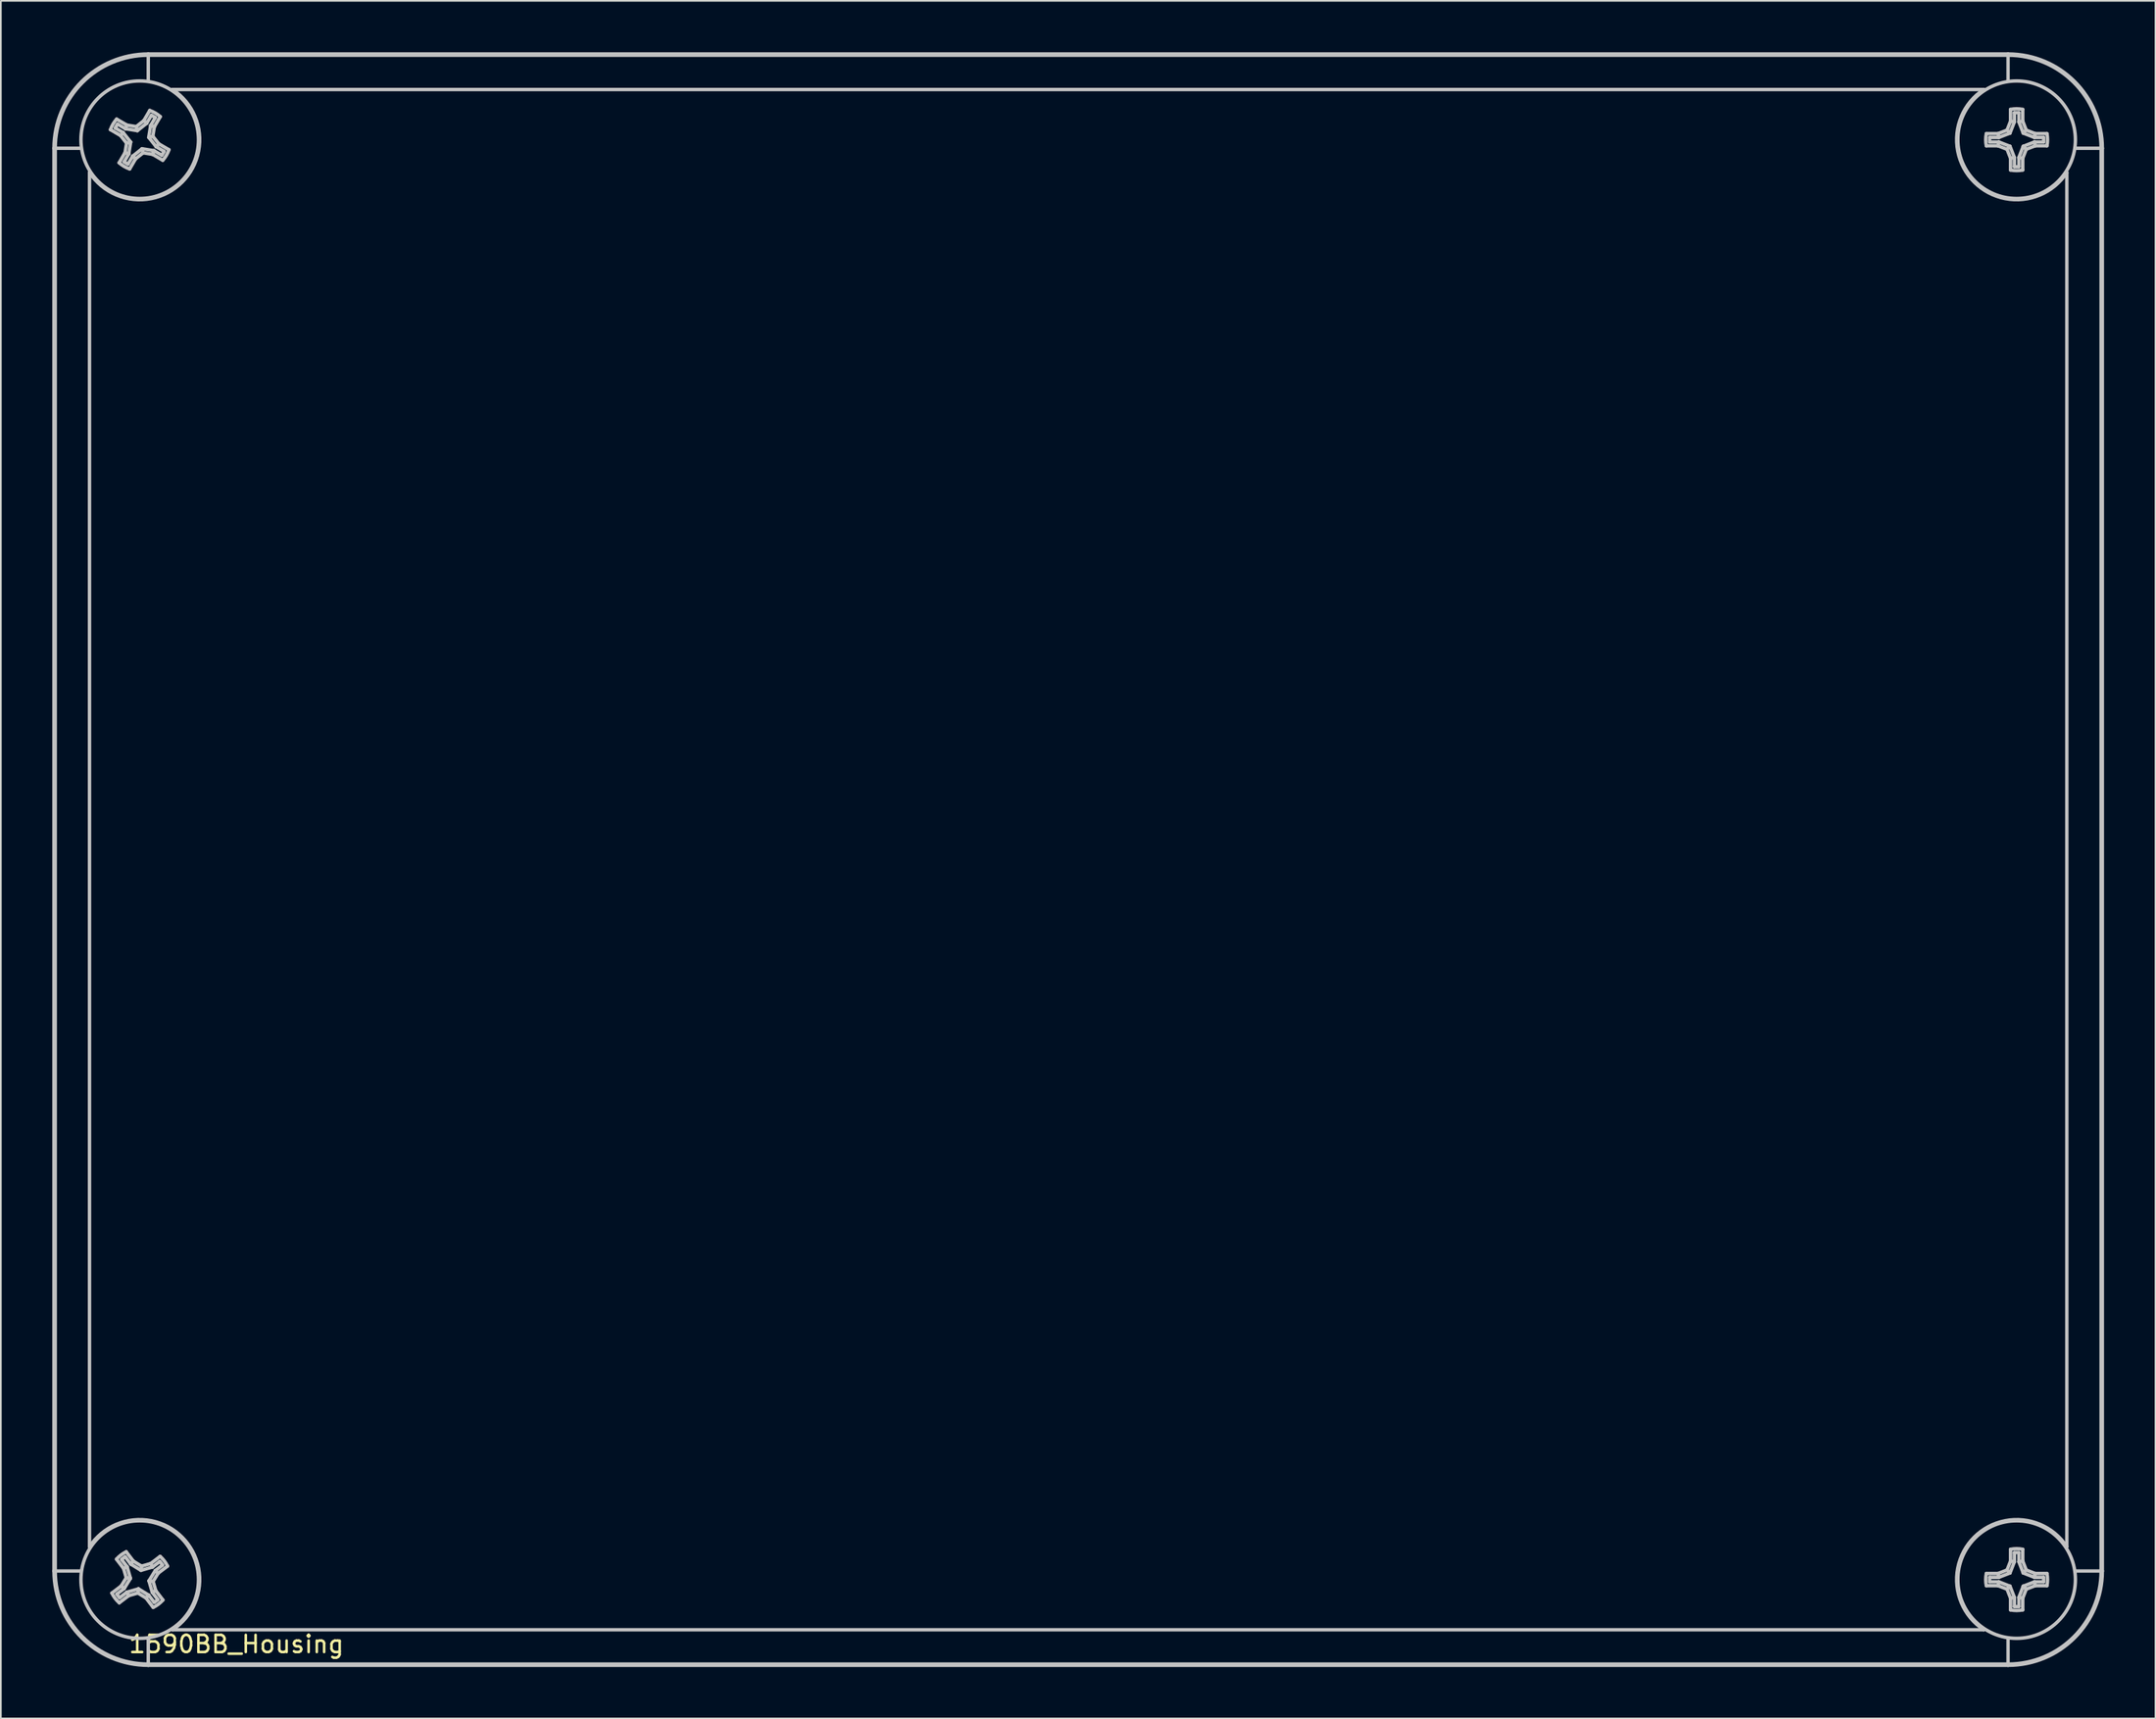
<source format=kicad_pcb>
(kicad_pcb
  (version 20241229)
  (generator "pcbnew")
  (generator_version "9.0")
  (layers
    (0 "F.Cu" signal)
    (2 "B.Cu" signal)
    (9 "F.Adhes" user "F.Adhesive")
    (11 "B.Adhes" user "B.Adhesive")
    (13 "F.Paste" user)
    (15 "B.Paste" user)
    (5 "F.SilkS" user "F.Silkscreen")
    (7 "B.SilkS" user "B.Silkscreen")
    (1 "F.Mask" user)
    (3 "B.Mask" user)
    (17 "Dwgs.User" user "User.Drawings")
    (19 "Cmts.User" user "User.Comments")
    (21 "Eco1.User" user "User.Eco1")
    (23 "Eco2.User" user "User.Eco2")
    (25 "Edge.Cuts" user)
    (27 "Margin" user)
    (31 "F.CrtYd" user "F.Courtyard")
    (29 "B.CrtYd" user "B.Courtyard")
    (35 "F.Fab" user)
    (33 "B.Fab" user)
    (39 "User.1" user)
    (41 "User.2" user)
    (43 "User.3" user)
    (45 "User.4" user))
  (footprint "1590BB_Housing"
    (layer "F.Cu")
    (at 57.741 46.871)
    (property "Reference" "1590BB_Housing" (at -47 46 0) (layer "F.SilkS") (effects (font (size 1 1) (thickness 0.15))))
    (attr through_hole)
    (fp_line (start -57.641 -41.271) (end -57.569 -41.271) (stroke (width 0.2) (type solid)) (layer "Dwgs.User"))
    (fp_line (start -57.641 41.729) (end -57.641 -41.271) (stroke (width 0.2) (type solid)) (layer "Dwgs.User"))
    (fp_line (start -57.641 41.729) (end -57.569 41.729) (stroke (width 0.2) (type solid)) (layer "Dwgs.User"))
    (fp_line (start -57.569 -41.271) (end -57.569 41.729) (stroke (width 0.2) (type solid)) (layer "Dwgs.User"))
    (fp_line (start -57.569 41.729) (end -56.053 41.729) (stroke (width 0.2) (type solid)) (layer "Dwgs.User"))
    (fp_line (start -56.053 -41.271) (end -57.569 -41.271) (stroke (width 0.2) (type solid)) (layer "Dwgs.User"))
    (fp_line (start -55.57 40.313) (end -55.57 -39.855) (stroke (width 0.2) (type solid)) (layer "Dwgs.User"))
    (fp_line (start -54.263 43.016) (end -53.717 42.601) (stroke (width 0.2) (type solid)) (layer "Dwgs.User"))
    (fp_line (start -53.987 -42.971) (end -53.395 -42.625) (stroke (width 0.2) (type solid)) (layer "Dwgs.User"))
    (fp_line (start -53.973 43.077) (end -53.548 42.754) (stroke (width 0.2) (type solid)) (layer "Dwgs.User"))
    (fp_line (start -53.932 -42.68) (end -53.472 -42.41) (stroke (width 0.2) (type solid)) (layer "Dwgs.User"))
    (fp_line (start -53.841 -40.425) (end -53.495 -41.017) (stroke (width 0.2) (type solid)) (layer "Dwgs.User"))
    (fp_line (start -53.754 -42.011) (end -54.346 -42.357) (stroke (width 0.2) (type solid)) (layer "Dwgs.User"))
    (fp_line (start -53.754 -42.011) (end -53.605 -42.183) (stroke (width 0.2) (type solid)) (layer "Dwgs.User"))
    (fp_line (start -53.717 42.601) (end -53.548 42.754) (stroke (width 0.2) (type solid)) (layer "Dwgs.User"))
    (fp_line (start -53.717 42.601) (end -53.424 42.123) (stroke (width 0.2) (type solid)) (layer "Dwgs.User"))
    (fp_line (start -53.605 -42.183) (end -54.065 -42.453) (stroke (width 0.2) (type solid)) (layer "Dwgs.User"))
    (fp_line (start -53.579 41.583) (end -53.994 41.037) (stroke (width 0.2) (type solid)) (layer "Dwgs.User"))
    (fp_line (start -53.579 41.583) (end -53.375 41.481) (stroke (width 0.2) (type solid)) (layer "Dwgs.User"))
    (fp_line (start -53.55 -40.479) (end -53.28 -40.94) (stroke (width 0.2) (type solid)) (layer "Dwgs.User"))
    (fp_line (start -53.548 42.754) (end -53.181 42.156) (stroke (width 0.2) (type solid)) (layer "Dwgs.User"))
    (fp_line (start -53.495 -41.017) (end -53.405 -41.571) (stroke (width 0.2) (type solid)) (layer "Dwgs.User"))
    (fp_line (start -53.495 -41.017) (end -53.28 -40.94) (stroke (width 0.2) (type solid)) (layer "Dwgs.User"))
    (fp_line (start -53.489 40.897) (end -53.166 41.322) (stroke (width 0.2) (type solid)) (layer "Dwgs.User"))
    (fp_line (start -53.472 -42.41) (end -52.779 -42.299) (stroke (width 0.2) (type solid)) (layer "Dwgs.User"))
    (fp_line (start -53.428 40.607) (end -53.013 41.153) (stroke (width 0.2) (type solid)) (layer "Dwgs.User"))
    (fp_line (start -53.424 42.123) (end -53.579 41.583) (stroke (width 0.2) (type solid)) (layer "Dwgs.User"))
    (fp_line (start -53.424 42.123) (end -53.181 42.156) (stroke (width 0.2) (type solid)) (layer "Dwgs.User"))
    (fp_line (start -53.405 -41.571) (end -53.754 -42.011) (stroke (width 0.2) (type solid)) (layer "Dwgs.User"))
    (fp_line (start -53.405 -41.571) (end -53.169 -41.633) (stroke (width 0.2) (type solid)) (layer "Dwgs.User"))
    (fp_line (start -53.395 -42.625) (end -53.472 -42.41) (stroke (width 0.2) (type solid)) (layer "Dwgs.User"))
    (fp_line (start -53.395 -42.625) (end -52.841 -42.535) (stroke (width 0.2) (type solid)) (layer "Dwgs.User"))
    (fp_line (start -53.389 42.964) (end -53.814 43.287) (stroke (width 0.2) (type solid)) (layer "Dwgs.User"))
    (fp_line (start -53.375 41.481) (end -53.698 41.056) (stroke (width 0.2) (type solid)) (layer "Dwgs.User"))
    (fp_line (start -53.287 43.167) (end -53.833 43.583) (stroke (width 0.2) (type solid)) (layer "Dwgs.User"))
    (fp_line (start -53.287 43.167) (end -53.389 42.964) (stroke (width 0.2) (type solid)) (layer "Dwgs.User"))
    (fp_line (start -53.28 -40.94) (end -53.169 -41.633) (stroke (width 0.2) (type solid)) (layer "Dwgs.User"))
    (fp_line (start -53.181 42.156) (end -53.375 41.481) (stroke (width 0.2) (type solid)) (layer "Dwgs.User"))
    (fp_line (start -53.169 -41.633) (end -53.605 -42.183) (stroke (width 0.2) (type solid)) (layer "Dwgs.User"))
    (fp_line (start -53.166 41.322) (end -52.567 41.689) (stroke (width 0.2) (type solid)) (layer "Dwgs.User"))
    (fp_line (start -53.053 -40.807) (end -53.323 -40.346) (stroke (width 0.2) (type solid)) (layer "Dwgs.User"))
    (fp_line (start -53.013 41.153) (end -53.166 41.322) (stroke (width 0.2) (type solid)) (layer "Dwgs.User"))
    (fp_line (start -53.013 41.153) (end -52.534 41.446) (stroke (width 0.2) (type solid)) (layer "Dwgs.User"))
    (fp_line (start -52.881 -40.657) (end -53.227 -40.065) (stroke (width 0.2) (type solid)) (layer "Dwgs.User"))
    (fp_line (start -52.881 -40.657) (end -53.053 -40.807) (stroke (width 0.2) (type solid)) (layer "Dwgs.User"))
    (fp_line (start -52.841 -42.535) (end -52.779 -42.299) (stroke (width 0.2) (type solid)) (layer "Dwgs.User"))
    (fp_line (start -52.841 -42.535) (end -52.401 -42.884) (stroke (width 0.2) (type solid)) (layer "Dwgs.User"))
    (fp_line (start -52.779 -42.299) (end -52.229 -42.735) (stroke (width 0.2) (type solid)) (layer "Dwgs.User"))
    (fp_line (start -52.747 43.012) (end -53.287 43.167) (stroke (width 0.2) (type solid)) (layer "Dwgs.User"))
    (fp_line (start -52.747 43.012) (end -52.714 42.77) (stroke (width 0.2) (type solid)) (layer "Dwgs.User"))
    (fp_line (start -52.714 42.77) (end -53.389 42.964) (stroke (width 0.2) (type solid)) (layer "Dwgs.User"))
    (fp_line (start -52.567 41.689) (end -51.893 41.495) (stroke (width 0.2) (type solid)) (layer "Dwgs.User"))
    (fp_line (start -52.534 41.446) (end -52.567 41.689) (stroke (width 0.2) (type solid)) (layer "Dwgs.User"))
    (fp_line (start -52.534 41.446) (end -51.995 41.291) (stroke (width 0.2) (type solid)) (layer "Dwgs.User"))
    (fp_line (start -52.503 -41.243) (end -53.053 -40.807) (stroke (width 0.2) (type solid)) (layer "Dwgs.User"))
    (fp_line (start -52.441 -41.006) (end -52.881 -40.657) (stroke (width 0.2) (type solid)) (layer "Dwgs.User"))
    (fp_line (start -52.441 -41.006) (end -52.503 -41.243) (stroke (width 0.2) (type solid)) (layer "Dwgs.User"))
    (fp_line (start -52.401 -42.884) (end -52.229 -42.735) (stroke (width 0.2) (type solid)) (layer "Dwgs.User"))
    (fp_line (start -52.401 -42.884) (end -52.054 -43.476) (stroke (width 0.2) (type solid)) (layer "Dwgs.User"))
    (fp_line (start -52.269 43.306) (end -52.747 43.012) (stroke (width 0.2) (type solid)) (layer "Dwgs.User"))
    (fp_line (start -52.269 43.306) (end -52.116 43.137) (stroke (width 0.2) (type solid)) (layer "Dwgs.User"))
    (fp_line (start -52.229 -42.735) (end -51.959 -43.195) (stroke (width 0.2) (type solid)) (layer "Dwgs.User"))
    (fp_line (start -52.141 -46.771) (end -52.141 -46.698) (stroke (width 0.2) (type solid)) (layer "Dwgs.User"))
    (fp_line (start -52.141 -46.771) (end 56.359 -46.771) (stroke (width 0.2) (type solid)) (layer "Dwgs.User"))
    (fp_line (start -52.141 -45.183) (end -52.141 -46.698) (stroke (width 0.2) (type solid)) (layer "Dwgs.User"))
    (fp_line (start -52.141 47.157) (end -52.141 45.641) (stroke (width 0.2) (type solid)) (layer "Dwgs.User"))
    (fp_line (start -52.141 47.157) (end 56.359 47.157) (stroke (width 0.2) (type solid)) (layer "Dwgs.User"))
    (fp_line (start -52.141 47.229) (end -52.141 47.157) (stroke (width 0.2) (type solid)) (layer "Dwgs.User"))
    (fp_line (start -52.116 43.137) (end -52.714 42.77) (stroke (width 0.2) (type solid)) (layer "Dwgs.User"))
    (fp_line (start -52.113 -41.909) (end -51.677 -41.359) (stroke (width 0.2) (type solid)) (layer "Dwgs.User"))
    (fp_line (start -52.1 42.303) (end -51.906 42.977) (stroke (width 0.2) (type solid)) (layer "Dwgs.User"))
    (fp_line (start -52.001 -42.602) (end -52.113 -41.909) (stroke (width 0.2) (type solid)) (layer "Dwgs.User"))
    (fp_line (start -51.995 41.291) (end -51.893 41.495) (stroke (width 0.2) (type solid)) (layer "Dwgs.User"))
    (fp_line (start -51.995 41.291) (end -51.449 40.876) (stroke (width 0.2) (type solid)) (layer "Dwgs.User"))
    (fp_line (start -51.906 42.977) (end -51.583 43.402) (stroke (width 0.2) (type solid)) (layer "Dwgs.User"))
    (fp_line (start -51.893 41.495) (end -51.468 41.172) (stroke (width 0.2) (type solid)) (layer "Dwgs.User"))
    (fp_line (start -51.887 -40.917) (end -52.441 -41.006) (stroke (width 0.2) (type solid)) (layer "Dwgs.User"))
    (fp_line (start -51.887 -40.917) (end -51.81 -41.131) (stroke (width 0.2) (type solid)) (layer "Dwgs.User"))
    (fp_line (start -51.876 -41.971) (end -52.113 -41.909) (stroke (width 0.2) (type solid)) (layer "Dwgs.User"))
    (fp_line (start -51.876 -41.971) (end -51.527 -41.531) (stroke (width 0.2) (type solid)) (layer "Dwgs.User"))
    (fp_line (start -51.858 42.336) (end -52.1 42.303) (stroke (width 0.2) (type solid)) (layer "Dwgs.User"))
    (fp_line (start -51.858 42.336) (end -51.703 42.875) (stroke (width 0.2) (type solid)) (layer "Dwgs.User"))
    (fp_line (start -51.854 43.852) (end -52.269 43.306) (stroke (width 0.2) (type solid)) (layer "Dwgs.User"))
    (fp_line (start -51.81 -41.131) (end -52.503 -41.243) (stroke (width 0.2) (type solid)) (layer "Dwgs.User"))
    (fp_line (start -51.793 43.562) (end -52.116 43.137) (stroke (width 0.2) (type solid)) (layer "Dwgs.User"))
    (fp_line (start -51.787 -42.525) (end -52.001 -42.602) (stroke (width 0.2) (type solid)) (layer "Dwgs.User"))
    (fp_line (start -51.787 -42.525) (end -51.876 -41.971) (stroke (width 0.2) (type solid)) (layer "Dwgs.User"))
    (fp_line (start -51.733 41.704) (end -52.1 42.303) (stroke (width 0.2) (type solid)) (layer "Dwgs.User"))
    (fp_line (start -51.732 -43.062) (end -52.001 -42.602) (stroke (width 0.2) (type solid)) (layer "Dwgs.User"))
    (fp_line (start -51.703 42.875) (end -51.906 42.977) (stroke (width 0.2) (type solid)) (layer "Dwgs.User"))
    (fp_line (start -51.703 42.875) (end -51.287 43.421) (stroke (width 0.2) (type solid)) (layer "Dwgs.User"))
    (fp_line (start -51.677 -41.359) (end -51.216 -41.089) (stroke (width 0.2) (type solid)) (layer "Dwgs.User"))
    (fp_line (start -51.564 41.857) (end -51.858 42.336) (stroke (width 0.2) (type solid)) (layer "Dwgs.User"))
    (fp_line (start -51.564 41.857) (end -51.733 41.704) (stroke (width 0.2) (type solid)) (layer "Dwgs.User"))
    (fp_line (start -51.527 -41.531) (end -51.677 -41.359) (stroke (width 0.2) (type solid)) (layer "Dwgs.User"))
    (fp_line (start -51.527 -41.531) (end -50.935 -41.184) (stroke (width 0.2) (type solid)) (layer "Dwgs.User"))
    (fp_line (start -51.44 -43.117) (end -51.787 -42.525) (stroke (width 0.2) (type solid)) (layer "Dwgs.User"))
    (fp_line (start -51.349 -40.862) (end -51.81 -41.131) (stroke (width 0.2) (type solid)) (layer "Dwgs.User"))
    (fp_line (start -51.308 41.381) (end -51.733 41.704) (stroke (width 0.2) (type solid)) (layer "Dwgs.User"))
    (fp_line (start -51.295 -40.57) (end -51.887 -40.917) (stroke (width 0.2) (type solid)) (layer "Dwgs.User"))
    (fp_line (start -51.018 41.442) (end -51.564 41.857) (stroke (width 0.2) (type solid)) (layer "Dwgs.User"))
    (fp_line (start -50.725 -44.7) (end 54.943 -44.7) (stroke (width 0.2) (type solid)) (layer "Dwgs.User"))
    (fp_line (start 54.943 45.158) (end -50.725 45.158) (stroke (width 0.2) (type solid)) (layer "Dwgs.User"))
    (fp_line (start 55.091 -42.126) (end 55.777 -42.126) (stroke (width 0.2) (type solid)) (layer "Dwgs.User"))
    (fp_line (start 55.091 41.874) (end 55.777 41.874) (stroke (width 0.2) (type solid)) (layer "Dwgs.User"))
    (fp_line (start 55.285 -41.902) (end 55.819 -41.902) (stroke (width 0.2) (type solid)) (layer "Dwgs.User"))
    (fp_line (start 55.285 42.098) (end 55.819 42.098) (stroke (width 0.2) (type solid)) (layer "Dwgs.User"))
    (fp_line (start 55.777 -42.126) (end 55.819 -41.902) (stroke (width 0.2) (type solid)) (layer "Dwgs.User"))
    (fp_line (start 55.777 -42.126) (end 56.3 -42.33) (stroke (width 0.2) (type solid)) (layer "Dwgs.User"))
    (fp_line (start 55.777 -41.415) (end 55.091 -41.415) (stroke (width 0.2) (type solid)) (layer "Dwgs.User"))
    (fp_line (start 55.777 -41.415) (end 55.819 -41.639) (stroke (width 0.2) (type solid)) (layer "Dwgs.User"))
    (fp_line (start 55.777 41.874) (end 55.819 42.098) (stroke (width 0.2) (type solid)) (layer "Dwgs.User"))
    (fp_line (start 55.777 41.874) (end 56.3 41.67) (stroke (width 0.2) (type solid)) (layer "Dwgs.User"))
    (fp_line (start 55.777 42.585) (end 55.091 42.585) (stroke (width 0.2) (type solid)) (layer "Dwgs.User"))
    (fp_line (start 55.777 42.585) (end 55.819 42.361) (stroke (width 0.2) (type solid)) (layer "Dwgs.User"))
    (fp_line (start 55.819 -41.902) (end 56.473 -42.157) (stroke (width 0.2) (type solid)) (layer "Dwgs.User"))
    (fp_line (start 55.819 -41.639) (end 55.285 -41.639) (stroke (width 0.2) (type solid)) (layer "Dwgs.User"))
    (fp_line (start 55.819 42.098) (end 56.473 41.843) (stroke (width 0.2) (type solid)) (layer "Dwgs.User"))
    (fp_line (start 55.819 42.361) (end 55.285 42.361) (stroke (width 0.2) (type solid)) (layer "Dwgs.User"))
    (fp_line (start 56.3 -42.33) (end 56.473 -42.157) (stroke (width 0.2) (type solid)) (layer "Dwgs.User"))
    (fp_line (start 56.3 -42.33) (end 56.504 -42.853) (stroke (width 0.2) (type solid)) (layer "Dwgs.User"))
    (fp_line (start 56.3 -41.212) (end 55.777 -41.415) (stroke (width 0.2) (type solid)) (layer "Dwgs.User"))
    (fp_line (start 56.3 -41.212) (end 56.473 -41.385) (stroke (width 0.2) (type solid)) (layer "Dwgs.User"))
    (fp_line (start 56.3 41.67) (end 56.473 41.843) (stroke (width 0.2) (type solid)) (layer "Dwgs.User"))
    (fp_line (start 56.3 41.67) (end 56.504 41.147) (stroke (width 0.2) (type solid)) (layer "Dwgs.User"))
    (fp_line (start 56.3 42.788) (end 55.777 42.585) (stroke (width 0.2) (type solid)) (layer "Dwgs.User"))
    (fp_line (start 56.3 42.788) (end 56.473 42.615) (stroke (width 0.2) (type solid)) (layer "Dwgs.User"))
    (fp_line (start 56.359 -46.771) (end 56.359 -46.698) (stroke (width 0.2) (type solid)) (layer "Dwgs.User"))
    (fp_line (start 56.359 -46.698) (end -52.141 -46.698) (stroke (width 0.2) (type solid)) (layer "Dwgs.User"))
    (fp_line (start 56.359 -45.183) (end 56.359 -46.698) (stroke (width 0.2) (type solid)) (layer "Dwgs.User"))
    (fp_line (start 56.359 47.157) (end 56.359 45.641) (stroke (width 0.2) (type solid)) (layer "Dwgs.User"))
    (fp_line (start 56.359 47.229) (end -52.141 47.229) (stroke (width 0.2) (type solid)) (layer "Dwgs.User"))
    (fp_line (start 56.359 47.229) (end 56.359 47.157) (stroke (width 0.2) (type solid)) (layer "Dwgs.User"))
    (fp_line (start 56.473 -42.157) (end 56.728 -42.811) (stroke (width 0.2) (type solid)) (layer "Dwgs.User"))
    (fp_line (start 56.473 -41.385) (end 55.819 -41.639) (stroke (width 0.2) (type solid)) (layer "Dwgs.User"))
    (fp_line (start 56.473 41.843) (end 56.728 41.189) (stroke (width 0.2) (type solid)) (layer "Dwgs.User"))
    (fp_line (start 56.473 42.615) (end 55.819 42.361) (stroke (width 0.2) (type solid)) (layer "Dwgs.User"))
    (fp_line (start 56.504 -42.853) (end 56.504 -43.539) (stroke (width 0.2) (type solid)) (layer "Dwgs.User"))
    (fp_line (start 56.504 -42.853) (end 56.728 -42.811) (stroke (width 0.2) (type solid)) (layer "Dwgs.User"))
    (fp_line (start 56.504 -40.689) (end 56.3 -41.212) (stroke (width 0.2) (type solid)) (layer "Dwgs.User"))
    (fp_line (start 56.504 -40.689) (end 56.728 -40.731) (stroke (width 0.2) (type solid)) (layer "Dwgs.User"))
    (fp_line (start 56.504 -40.003) (end 56.504 -40.689) (stroke (width 0.2) (type solid)) (layer "Dwgs.User"))
    (fp_line (start 56.504 41.147) (end 56.504 40.461) (stroke (width 0.2) (type solid)) (layer "Dwgs.User"))
    (fp_line (start 56.504 41.147) (end 56.728 41.189) (stroke (width 0.2) (type solid)) (layer "Dwgs.User"))
    (fp_line (start 56.504 43.311) (end 56.3 42.788) (stroke (width 0.2) (type solid)) (layer "Dwgs.User"))
    (fp_line (start 56.504 43.311) (end 56.728 43.269) (stroke (width 0.2) (type solid)) (layer "Dwgs.User"))
    (fp_line (start 56.504 43.997) (end 56.504 43.311) (stroke (width 0.2) (type solid)) (layer "Dwgs.User"))
    (fp_line (start 56.728 -42.811) (end 56.728 -43.345) (stroke (width 0.2) (type solid)) (layer "Dwgs.User"))
    (fp_line (start 56.728 -40.731) (end 56.473 -41.385) (stroke (width 0.2) (type solid)) (layer "Dwgs.User"))
    (fp_line (start 56.728 -40.197) (end 56.728 -40.731) (stroke (width 0.2) (type solid)) (layer "Dwgs.User"))
    (fp_line (start 56.728 41.189) (end 56.728 40.655) (stroke (width 0.2) (type solid)) (layer "Dwgs.User"))
    (fp_line (start 56.728 43.269) (end 56.473 42.615) (stroke (width 0.2) (type solid)) (layer "Dwgs.User"))
    (fp_line (start 56.728 43.803) (end 56.728 43.269) (stroke (width 0.2) (type solid)) (layer "Dwgs.User"))
    (fp_line (start 56.991 -43.345) (end 56.991 -42.811) (stroke (width 0.2) (type solid)) (layer "Dwgs.User"))
    (fp_line (start 56.991 -42.811) (end 57.245 -42.157) (stroke (width 0.2) (type solid)) (layer "Dwgs.User"))
    (fp_line (start 56.991 -40.731) (end 56.991 -40.197) (stroke (width 0.2) (type solid)) (layer "Dwgs.User"))
    (fp_line (start 56.991 40.655) (end 56.991 41.189) (stroke (width 0.2) (type solid)) (layer "Dwgs.User"))
    (fp_line (start 56.991 41.189) (end 57.245 41.843) (stroke (width 0.2) (type solid)) (layer "Dwgs.User"))
    (fp_line (start 56.991 43.269) (end 56.991 43.803) (stroke (width 0.2) (type solid)) (layer "Dwgs.User"))
    (fp_line (start 57.215 -43.539) (end 57.215 -42.853) (stroke (width 0.2) (type solid)) (layer "Dwgs.User"))
    (fp_line (start 57.215 -42.853) (end 56.991 -42.811) (stroke (width 0.2) (type solid)) (layer "Dwgs.User"))
    (fp_line (start 57.215 -42.853) (end 57.418 -42.33) (stroke (width 0.2) (type solid)) (layer "Dwgs.User"))
    (fp_line (start 57.215 -40.689) (end 56.991 -40.731) (stroke (width 0.2) (type solid)) (layer "Dwgs.User"))
    (fp_line (start 57.215 -40.689) (end 57.215 -40.003) (stroke (width 0.2) (type solid)) (layer "Dwgs.User"))
    (fp_line (start 57.215 40.461) (end 57.215 41.147) (stroke (width 0.2) (type solid)) (layer "Dwgs.User"))
    (fp_line (start 57.215 41.147) (end 56.991 41.189) (stroke (width 0.2) (type solid)) (layer "Dwgs.User"))
    (fp_line (start 57.215 41.147) (end 57.418 41.67) (stroke (width 0.2) (type solid)) (layer "Dwgs.User"))
    (fp_line (start 57.215 43.311) (end 56.991 43.269) (stroke (width 0.2) (type solid)) (layer "Dwgs.User"))
    (fp_line (start 57.215 43.311) (end 57.215 43.997) (stroke (width 0.2) (type solid)) (layer "Dwgs.User"))
    (fp_line (start 57.245 -42.157) (end 57.899 -41.902) (stroke (width 0.2) (type solid)) (layer "Dwgs.User"))
    (fp_line (start 57.245 -41.385) (end 56.991 -40.731) (stroke (width 0.2) (type solid)) (layer "Dwgs.User"))
    (fp_line (start 57.245 41.843) (end 57.899 42.098) (stroke (width 0.2) (type solid)) (layer "Dwgs.User"))
    (fp_line (start 57.245 42.615) (end 56.991 43.269) (stroke (width 0.2) (type solid)) (layer "Dwgs.User"))
    (fp_line (start 57.418 -42.33) (end 57.245 -42.157) (stroke (width 0.2) (type solid)) (layer "Dwgs.User"))
    (fp_line (start 57.418 -42.33) (end 57.941 -42.126) (stroke (width 0.2) (type solid)) (layer "Dwgs.User"))
    (fp_line (start 57.418 -41.212) (end 57.215 -40.689) (stroke (width 0.2) (type solid)) (layer "Dwgs.User"))
    (fp_line (start 57.418 -41.212) (end 57.245 -41.385) (stroke (width 0.2) (type solid)) (layer "Dwgs.User"))
    (fp_line (start 57.418 41.67) (end 57.245 41.843) (stroke (width 0.2) (type solid)) (layer "Dwgs.User"))
    (fp_line (start 57.418 41.67) (end 57.941 41.874) (stroke (width 0.2) (type solid)) (layer "Dwgs.User"))
    (fp_line (start 57.418 42.788) (end 57.215 43.311) (stroke (width 0.2) (type solid)) (layer "Dwgs.User"))
    (fp_line (start 57.418 42.788) (end 57.245 42.615) (stroke (width 0.2) (type solid)) (layer "Dwgs.User"))
    (fp_line (start 57.899 -41.902) (end 58.433 -41.902) (stroke (width 0.2) (type solid)) (layer "Dwgs.User"))
    (fp_line (start 57.899 -41.639) (end 57.245 -41.385) (stroke (width 0.2) (type solid)) (layer "Dwgs.User"))
    (fp_line (start 57.899 42.098) (end 58.433 42.098) (stroke (width 0.2) (type solid)) (layer "Dwgs.User"))
    (fp_line (start 57.899 42.361) (end 57.245 42.615) (stroke (width 0.2) (type solid)) (layer "Dwgs.User"))
    (fp_line (start 57.941 -42.126) (end 57.899 -41.902) (stroke (width 0.2) (type solid)) (layer "Dwgs.User"))
    (fp_line (start 57.941 -42.126) (end 58.627 -42.126) (stroke (width 0.2) (type solid)) (layer "Dwgs.User"))
    (fp_line (start 57.941 -41.415) (end 57.418 -41.212) (stroke (width 0.2) (type solid)) (layer "Dwgs.User"))
    (fp_line (start 57.941 -41.415) (end 57.899 -41.639) (stroke (width 0.2) (type solid)) (layer "Dwgs.User"))
    (fp_line (start 57.941 41.874) (end 57.899 42.098) (stroke (width 0.2) (type solid)) (layer "Dwgs.User"))
    (fp_line (start 57.941 41.874) (end 58.627 41.874) (stroke (width 0.2) (type solid)) (layer "Dwgs.User"))
    (fp_line (start 57.941 42.585) (end 57.418 42.788) (stroke (width 0.2) (type solid)) (layer "Dwgs.User"))
    (fp_line (start 57.941 42.585) (end 57.899 42.361) (stroke (width 0.2) (type solid)) (layer "Dwgs.User"))
    (fp_line (start 58.433 -41.639) (end 57.899 -41.639) (stroke (width 0.2) (type solid)) (layer "Dwgs.User"))
    (fp_line (start 58.433 42.361) (end 57.899 42.361) (stroke (width 0.2) (type solid)) (layer "Dwgs.User"))
    (fp_line (start 58.627 -41.415) (end 57.941 -41.415) (stroke (width 0.2) (type solid)) (layer "Dwgs.User"))
    (fp_line (start 58.627 42.585) (end 57.941 42.585) (stroke (width 0.2) (type solid)) (layer "Dwgs.User"))
    (fp_line (start 59.788 -39.855) (end 59.788 40.313) (stroke (width 0.2) (type solid)) (layer "Dwgs.User"))
    (fp_line (start 60.271 -41.271) (end 61.787 -41.271) (stroke (width 0.2) (type solid)) (layer "Dwgs.User"))
    (fp_line (start 61.787 41.729) (end 60.271 41.729) (stroke (width 0.2) (type solid)) (layer "Dwgs.User"))
    (fp_line (start 61.787 41.729) (end 61.787 -41.271) (stroke (width 0.2) (type solid)) (layer "Dwgs.User"))
    (fp_line (start 61.859 -41.271) (end 61.787 -41.271) (stroke (width 0.2) (type solid)) (layer "Dwgs.User"))
    (fp_line (start 61.859 -41.271) (end 61.859 41.729) (stroke (width 0.2) (type solid)) (layer "Dwgs.User"))
    (fp_line (start 61.859 41.729) (end 61.787 41.729) (stroke (width 0.2) (type solid)) (layer "Dwgs.User"))
    (fp_arc (start -57.64078 -41.270769) (mid -56.029867 -45.159856) (end -52.14078 -46.770769) (stroke (width 0.2) (type solid)) (layer "Dwgs.User"))
    (fp_arc (start -57.568501 -41.270769) (mid -55.978758 -45.108747) (end -52.14078 -46.69849) (stroke (width 0.2) (type solid)) (layer "Dwgs.User"))
    (fp_arc (start -55.569719 40.313163) (mid -50.165906 39.754358) (end -50.724713 45.158171) (stroke (width 0.2) (type solid)) (layer "Dwgs.User"))
    (fp_arc (start -54.346092 -42.357423) (mid -54.196933 -42.682164) (end -53.986669 -42.971117) (stroke (width 0.2) (type solid)) (layer "Dwgs.User"))
    (fp_arc (start -54.065496 -42.4526) (mid -54.0037 -42.568992) (end -53.932416 -42.679827) (stroke (width 0.2) (type solid)) (layer "Dwgs.User"))
    (fp_arc (start -53.994116 41.037286) (mid -53.732514 40.793833) (end -53.428044 40.606743) (stroke (width 0.2) (type solid)) (layer "Dwgs.User"))
    (fp_arc (start -53.832725 43.582567) (mid -54.076178 43.320965) (end -54.263268 43.016495) (stroke (width 0.2) (type solid)) (layer "Dwgs.User"))
    (fp_arc (start -53.813857 43.286869) (mid -53.897939 43.1854) (end -53.97327 43.077275) (stroke (width 0.2) (type solid)) (layer "Dwgs.User"))
    (fp_arc (start -53.698418 41.056154) (mid -53.596949 40.972072) (end -53.488824 40.896741) (stroke (width 0.2) (type solid)) (layer "Dwgs.User"))
    (fp_arc (start -53.322612 -40.346053) (mid -53.439004 -40.407849) (end -53.549839 -40.479133) (stroke (width 0.2) (type solid)) (layer "Dwgs.User"))
    (fp_arc (start -53.227434 -40.065457) (mid -53.552175 -40.214616) (end -53.841128 -40.42488) (stroke (width 0.2) (type solid)) (layer "Dwgs.User"))
    (fp_arc (start -52.14078 47.156952) (mid -55.978758 45.567209) (end -57.568501 41.729231) (stroke (width 0.2) (type solid)) (layer "Dwgs.User"))
    (fp_arc (start -52.14078 47.229231) (mid -56.029867 45.618318) (end -57.64078 41.729231) (stroke (width 0.2) (type solid)) (layer "Dwgs.User"))
    (fp_arc (start -52.054126 -43.47608) (mid -51.729385 -43.326921) (end -51.440432 -43.116657) (stroke (width 0.2) (type solid)) (layer "Dwgs.User"))
    (fp_arc (start -51.958949 -43.195484) (mid -51.842557 -43.133688) (end -51.731722 -43.062404) (stroke (width 0.2) (type solid)) (layer "Dwgs.User"))
    (fp_arc (start -51.583141 43.402309) (mid -51.68461 43.486391) (end -51.792736 43.561722) (stroke (width 0.2) (type solid)) (layer "Dwgs.User"))
    (fp_arc (start -51.467703 41.171593) (mid -51.383621 41.273062) (end -51.30829 41.381187) (stroke (width 0.2) (type solid)) (layer "Dwgs.User"))
    (fp_arc (start -51.448835 40.875895) (mid -51.205382 41.137497) (end -51.018292 41.441968) (stroke (width 0.2) (type solid)) (layer "Dwgs.User"))
    (fp_arc (start -51.287444 43.421176) (mid -51.549046 43.664629) (end -51.853517 43.851719) (stroke (width 0.2) (type solid)) (layer "Dwgs.User"))
    (fp_arc (start -51.216065 -41.088937) (mid -51.277862 -40.972545) (end -51.349145 -40.86171) (stroke (width 0.2) (type solid)) (layer "Dwgs.User"))
    (fp_arc (start -50.935469 -41.184115) (mid -51.084628 -40.859374) (end -51.294892 -40.570421) (stroke (width 0.2) (type solid)) (layer "Dwgs.User"))
    (fp_arc (start -50.724712 -44.699709) (mid -50.165906 -39.295895) (end -55.56972 -39.854701) (stroke (width 0.2) (type solid)) (layer "Dwgs.User"))
    (fp_arc (start 54.943153 45.15817) (mid 54.384347 39.754358) (end 59.788159 40.313164) (stroke (width 0.2) (type solid)) (layer "Dwgs.User"))
    (fp_arc (start 55.091226 -41.415169) (mid 55.055819 -41.770769) (end 55.091226 -42.126369) (stroke (width 0.2) (type solid)) (layer "Dwgs.User"))
    (fp_arc (start 55.091226 42.584831) (mid 55.055819 42.229231) (end 55.091226 41.873631) (stroke (width 0.2) (type solid)) (layer "Dwgs.User"))
    (fp_arc (start 55.285252 -41.639103) (mid 55.279755 -41.770768) (end 55.285252 -41.902433) (stroke (width 0.2) (type solid)) (layer "Dwgs.User"))
    (fp_arc (start 55.285252 42.360897) (mid 55.279755 42.229232) (end 55.285252 42.097567) (stroke (width 0.2) (type solid)) (layer "Dwgs.User"))
    (fp_arc (start 56.35922 -46.770769) (mid 60.248307 -45.159856) (end 61.85922 -41.270769) (stroke (width 0.2) (type solid)) (layer "Dwgs.User"))
    (fp_arc (start 56.35922 -46.69849) (mid 60.197198 -45.108747) (end 61.786941 -41.270769) (stroke (width 0.2) (type solid)) (layer "Dwgs.User"))
    (fp_arc (start 56.50362 -43.538762) (mid 56.85922 -43.574169) (end 57.21482 -43.538762) (stroke (width 0.2) (type solid)) (layer "Dwgs.User"))
    (fp_arc (start 56.50362 40.461238) (mid 56.85922 40.425831) (end 57.21482 40.461238) (stroke (width 0.2) (type solid)) (layer "Dwgs.User"))
    (fp_arc (start 56.727555 -43.344736) (mid 56.85922 -43.350233) (end 56.990884 -43.344736) (stroke (width 0.2) (type solid)) (layer "Dwgs.User"))
    (fp_arc (start 56.727555 40.655264) (mid 56.85922 40.649767) (end 56.990884 40.655264) (stroke (width 0.2) (type solid)) (layer "Dwgs.User"))
    (fp_arc (start 56.990885 -40.196801) (mid 56.85922 -40.191304) (end 56.727555 -40.196801) (stroke (width 0.2) (type solid)) (layer "Dwgs.User"))
    (fp_arc (start 56.990885 43.803199) (mid 56.85922 43.808696) (end 56.727555 43.803199) (stroke (width 0.2) (type solid)) (layer "Dwgs.User"))
    (fp_arc (start 57.21482 -40.002775) (mid 56.85922 -39.967368) (end 56.50362 -40.002775) (stroke (width 0.2) (type solid)) (layer "Dwgs.User"))
    (fp_arc (start 57.21482 43.997225) (mid 56.85922 44.032632) (end 56.50362 43.997225) (stroke (width 0.2) (type solid)) (layer "Dwgs.User"))
    (fp_arc (start 58.433187 -41.902433) (mid 58.438684 -41.770769) (end 58.433187 -41.639104) (stroke (width 0.2) (type solid)) (layer "Dwgs.User"))
    (fp_arc (start 58.433187 42.097567) (mid 58.438684 42.229231) (end 58.433187 42.360896) (stroke (width 0.2) (type solid)) (layer "Dwgs.User"))
    (fp_arc (start 58.627213 -42.126369) (mid 58.66262 -41.770769) (end 58.627213 -41.415169) (stroke (width 0.2) (type solid)) (layer "Dwgs.User"))
    (fp_arc (start 58.627213 41.873631) (mid 58.66262 42.229231) (end 58.627213 42.584831) (stroke (width 0.2) (type solid)) (layer "Dwgs.User"))
    (fp_arc (start 59.78816 -39.854702) (mid 54.384347 -39.295895) (end 54.943152 -44.699708) (stroke (width 0.2) (type solid)) (layer "Dwgs.User"))
    (fp_arc (start 61.786941 41.729231) (mid 60.197198 45.567209) (end 56.35922 47.156952) (stroke (width 0.2) (type solid)) (layer "Dwgs.User"))
    (fp_arc (start 61.85922 41.729231) (mid 60.248307 45.618318) (end 56.35922 47.229231) (stroke (width 0.2) (type solid)) (layer "Dwgs.User"))
    (fp_circle (center -52.641 -41.771) (end -49.212 -41.771) (stroke (width 0.2) (type solid)) (fill no) (layer "Dwgs.User"))
    (fp_circle (center -52.641 42.229) (end -49.212 42.229) (stroke (width 0.2) (type solid)) (fill no) (layer "Dwgs.User"))
    (fp_circle (center 56.859 -41.771) (end 60.288 -41.771) (stroke (width 0.2) (type solid)) (fill no) (layer "Dwgs.User"))
    (fp_circle (center 56.859 42.229) (end 60.288 42.229) (stroke (width 0.2) (type solid)) (fill no) (layer "Dwgs.User")))
  (gr_rect
    (start -3 -3)
    (end 122.7 97.2)
    (stroke (width 0.1) (type default))
    (fill no)
    (layer "Edge.Cuts")))
</source>
